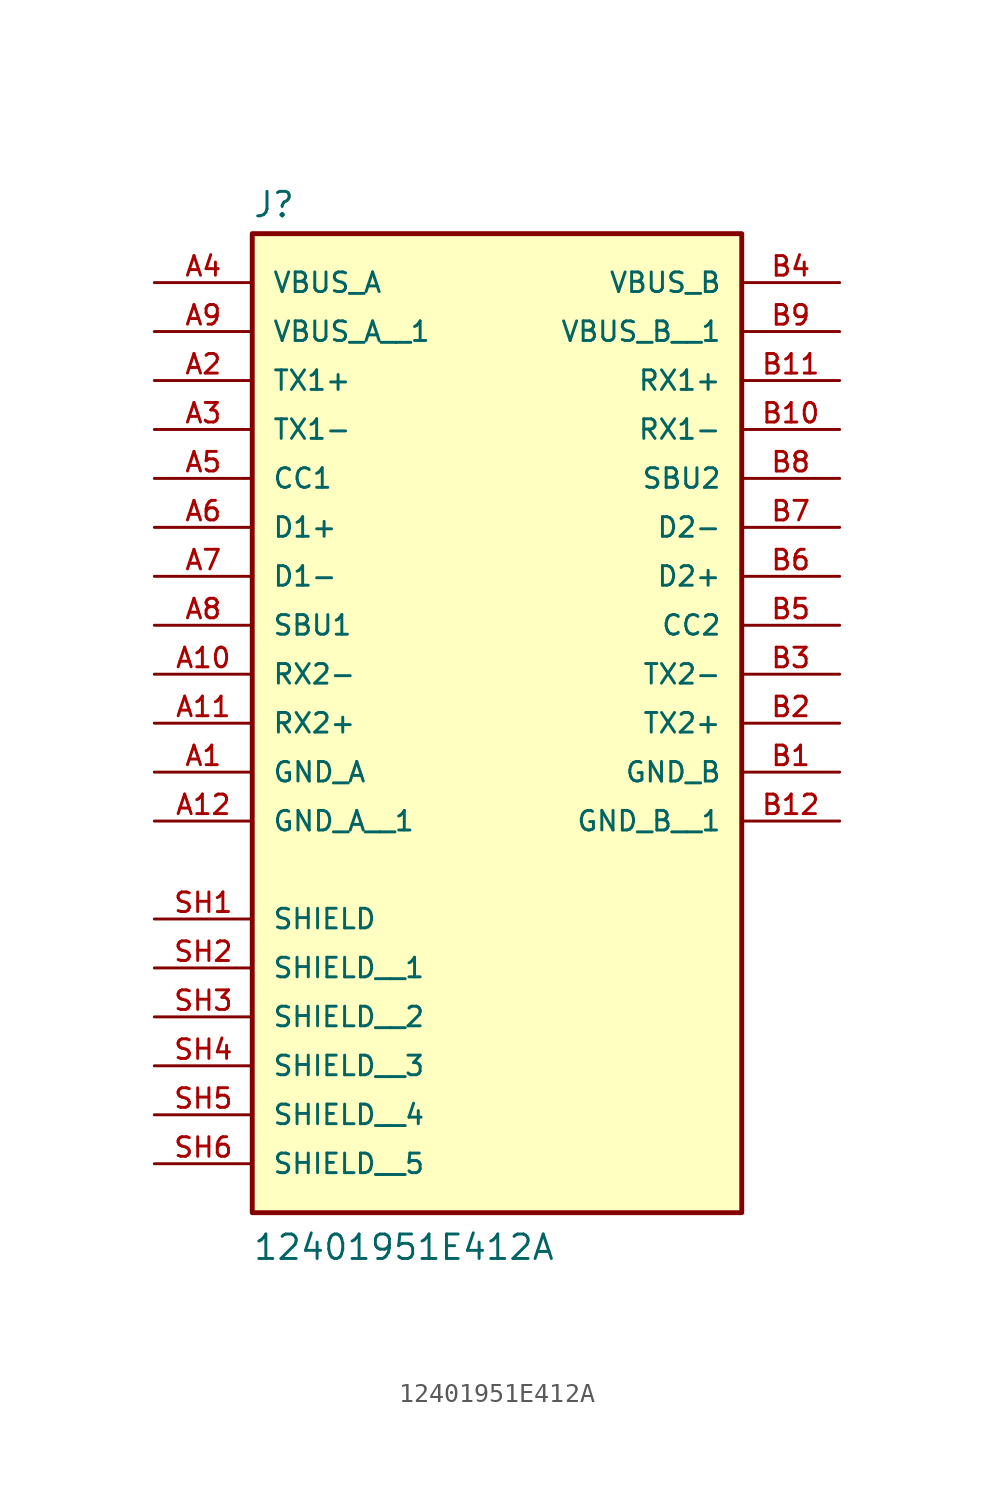
<source format=kicad_sym>
(kicad_symbol_lib
  (version 20241209)
  (generator "kicad_symbol_editor")
  (generator_version "9.0")
  (symbol "12401951E412A"
    (pin_names
      (offset 1.016))
    (property "Reference" "J"
      (at -12.7 16.002 0)
      (effects (font (size 1.27 1.27)) (justify left bottom)))
    (property "Value" "12401951E412A"
      (at -12.7 -38.1 0)
      (effects (font (size 1.27 1.27)) (justify left bottom)))
    (symbol "12401951E412A_0_0"
      (rectangle (start -12.7 -35.56) (end 12.7 15.24) (stroke (width 0.254) (type default)) (fill (type background)))
      (pin power_in line (at -17.78 12.7 0) (length 5.08) (name "VBUS_A" (effects (font (size 1.016 1.016)))) (number "A4" (effects (font (size 1.016 1.016)))))
      (pin power_in line (at -17.78 10.16 0) (length 5.08) (name "VBUS_A__1" (effects (font (size 1.016 1.016)))) (number "A9" (effects (font (size 1.016 1.016)))))
      (pin bidirectional line (at -17.78 7.62 0) (length 5.08) (name "TX1+" (effects (font (size 1.016 1.016)))) (number "A2" (effects (font (size 1.016 1.016)))))
      (pin bidirectional line (at -17.78 5.08 0) (length 5.08) (name "TX1-" (effects (font (size 1.016 1.016)))) (number "A3" (effects (font (size 1.016 1.016)))))
      (pin bidirectional line (at -17.78 2.54 0) (length 5.08) (name "CC1" (effects (font (size 1.016 1.016)))) (number "A5" (effects (font (size 1.016 1.016)))))
      (pin bidirectional line (at -17.78 0 0) (length 5.08) (name "D1+" (effects (font (size 1.016 1.016)))) (number "A6" (effects (font (size 1.016 1.016)))))
      (pin bidirectional line (at -17.78 -2.54 0) (length 5.08) (name "D1-" (effects (font (size 1.016 1.016)))) (number "A7" (effects (font (size 1.016 1.016)))))
      (pin bidirectional line (at -17.78 -5.08 0) (length 5.08) (name "SBU1" (effects (font (size 1.016 1.016)))) (number "A8" (effects (font (size 1.016 1.016)))))
      (pin bidirectional line (at -17.78 -7.62 0) (length 5.08) (name "RX2-" (effects (font (size 1.016 1.016)))) (number "A10" (effects (font (size 1.016 1.016)))))
      (pin bidirectional line (at -17.78 -10.16 0) (length 5.08) (name "RX2+" (effects (font (size 1.016 1.016)))) (number "A11" (effects (font (size 1.016 1.016)))))
      (pin power_in line (at -17.78 -12.7 0) (length 5.08) (name "GND_A" (effects (font (size 1.016 1.016)))) (number "A1" (effects (font (size 1.016 1.016)))))
      (pin power_in line (at -17.78 -15.24 0) (length 5.08) (name "GND_A__1" (effects (font (size 1.016 1.016)))) (number "A12" (effects (font (size 1.016 1.016)))))
      (pin passive line (at -17.78 -20.32 0) (length 5.08) (name "SHIELD" (effects (font (size 1.016 1.016)))) (number "SH1" (effects (font (size 1.016 1.016)))))
      (pin passive line (at -17.78 -22.86 0) (length 5.08) (name "SHIELD__1" (effects (font (size 1.016 1.016)))) (number "SH2" (effects (font (size 1.016 1.016)))))
      (pin passive line (at -17.78 -25.4 0) (length 5.08) (name "SHIELD__2" (effects (font (size 1.016 1.016)))) (number "SH3" (effects (font (size 1.016 1.016)))))
      (pin passive line (at -17.78 -27.94 0) (length 5.08) (name "SHIELD__3" (effects (font (size 1.016 1.016)))) (number "SH4" (effects (font (size 1.016 1.016)))))
      (pin passive line (at -17.78 -30.48 0) (length 5.08) (name "SHIELD__4" (effects (font (size 1.016 1.016)))) (number "SH5" (effects (font (size 1.016 1.016)))))
      (pin passive line (at -17.78 -33.02 0) (length 5.08) (name "SHIELD__5" (effects (font (size 1.016 1.016)))) (number "SH6" (effects (font (size 1.016 1.016)))))
      (pin power_in line (at 17.78 12.7 180) (length 5.08) (name "VBUS_B" (effects (font (size 1.016 1.016)))) (number "B4" (effects (font (size 1.016 1.016)))))
      (pin power_in line (at 17.78 10.16 180) (length 5.08) (name "VBUS_B__1" (effects (font (size 1.016 1.016)))) (number "B9" (effects (font (size 1.016 1.016)))))
      (pin bidirectional line (at 17.78 7.62 180) (length 5.08) (name "RX1+" (effects (font (size 1.016 1.016)))) (number "B11" (effects (font (size 1.016 1.016)))))
      (pin bidirectional line (at 17.78 5.08 180) (length 5.08) (name "RX1-" (effects (font (size 1.016 1.016)))) (number "B10" (effects (font (size 1.016 1.016)))))
      (pin bidirectional line (at 17.78 2.54 180) (length 5.08) (name "SBU2" (effects (font (size 1.016 1.016)))) (number "B8" (effects (font (size 1.016 1.016)))))
      (pin bidirectional line (at 17.78 0 180) (length 5.08) (name "D2-" (effects (font (size 1.016 1.016)))) (number "B7" (effects (font (size 1.016 1.016)))))
      (pin bidirectional line (at 17.78 -2.54 180) (length 5.08) (name "D2+" (effects (font (size 1.016 1.016)))) (number "B6" (effects (font (size 1.016 1.016)))))
      (pin bidirectional line (at 17.78 -5.08 180) (length 5.08) (name "CC2" (effects (font (size 1.016 1.016)))) (number "B5" (effects (font (size 1.016 1.016)))))
      (pin bidirectional line (at 17.78 -7.62 180) (length 5.08) (name "TX2-" (effects (font (size 1.016 1.016)))) (number "B3" (effects (font (size 1.016 1.016)))))
      (pin bidirectional line (at 17.78 -10.16 180) (length 5.08) (name "TX2+" (effects (font (size 1.016 1.016)))) (number "B2" (effects (font (size 1.016 1.016)))))
      (pin power_in line (at 17.78 -12.7 180) (length 5.08) (name "GND_B" (effects (font (size 1.016 1.016)))) (number "B1" (effects (font (size 1.016 1.016)))))
      (pin power_in line (at 17.78 -15.24 180) (length 5.08) (name "GND_B__1" (effects (font (size 1.016 1.016)))) (number "B12" (effects (font (size 1.016 1.016))))))))
</source>
